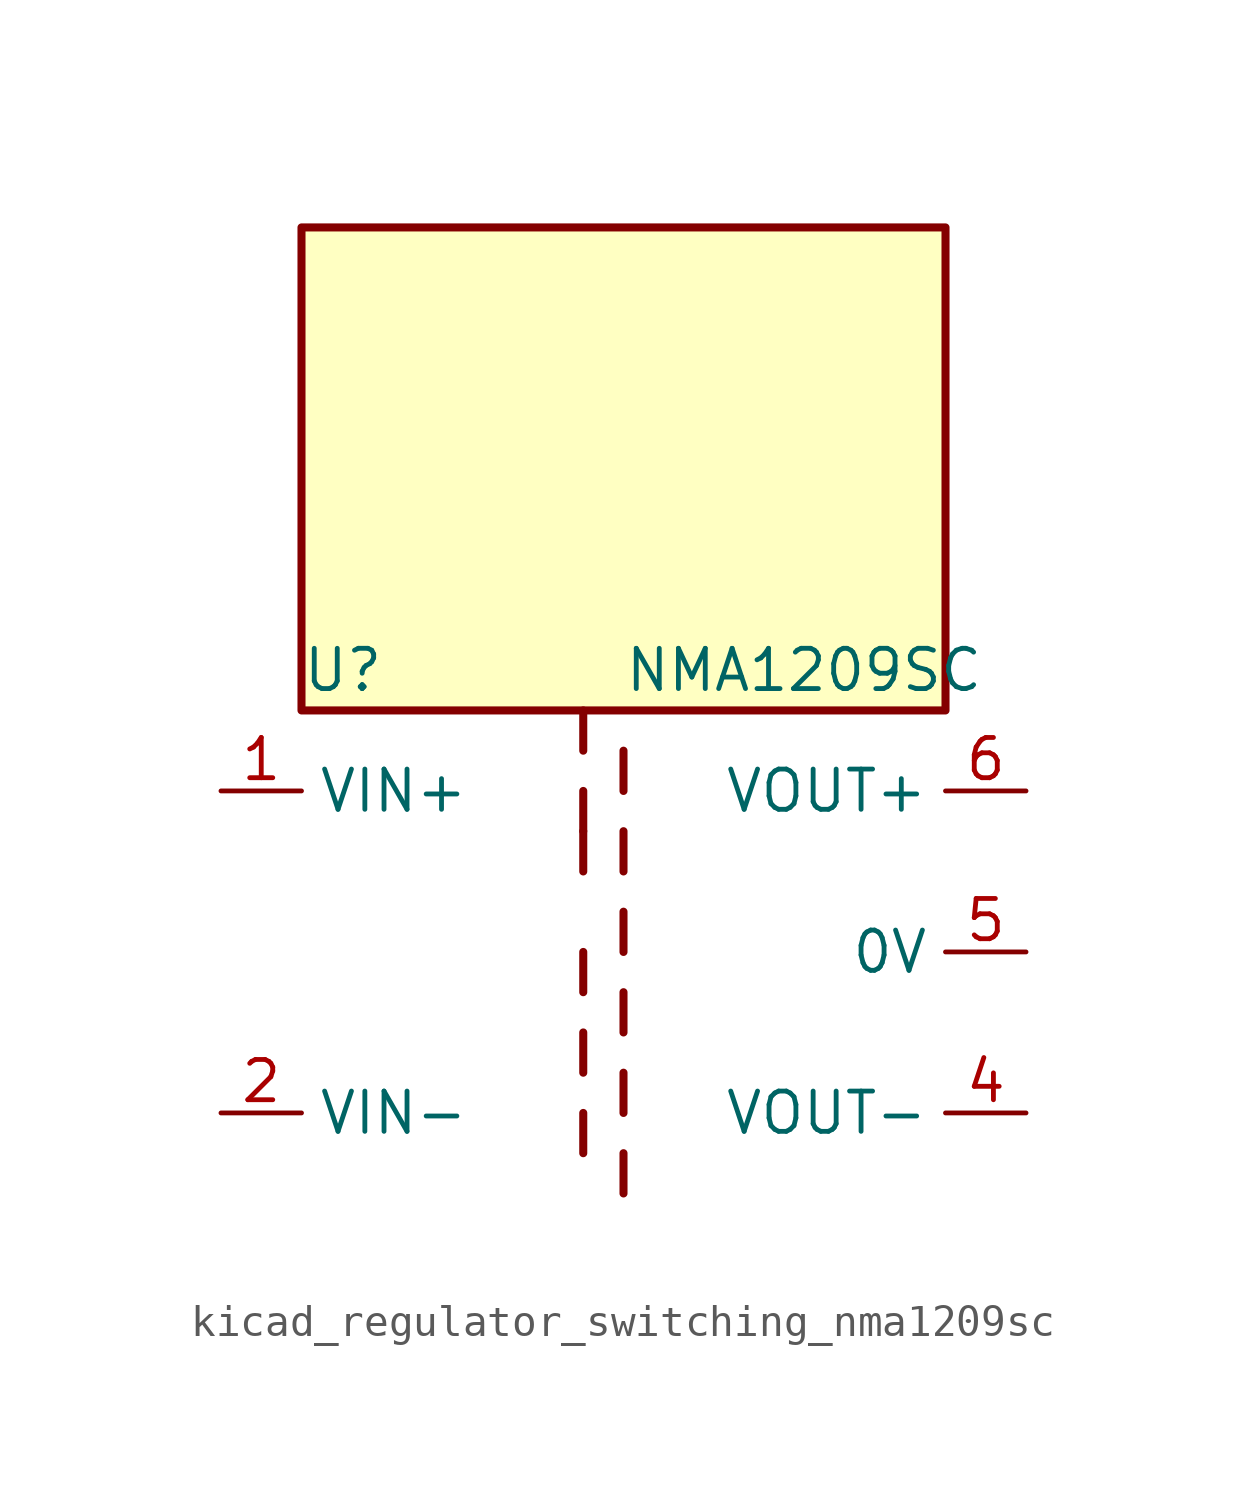
<source format=kicad_sym>
(kicad_symbol_lib
  (version 20220914)
  (generator kicad_symbol_editor)
  (symbol "kicad_regulator_switching_nma1209sc"
    (property "Reference" "U"
      (at -10.16 8.89 0)
      (effects (font (size 1.27 1.27)) (justify left)))
    (property "Value" "NMA1209SC"
      (at 0 8.89 0)
      (effects (font (size 1.27 1.27)) (justify left)))
    (symbol "kicad_regulator_switching_nma1209sc_0_1"
      (polyline (pts (xy -1.27 -5.08) (xy -1.27 -6.35)) (stroke (width 0.254) (type default)) (fill (type none)))
      (polyline (pts (xy -1.27 -2.54) (xy -1.27 -3.81)) (stroke (width 0.254) (type default)) (fill (type none)))
      (polyline (pts (xy -1.27 0) (xy -1.27 -1.27)) (stroke (width 0.254) (type default)) (fill (type none)))
      (polyline (pts (xy -1.27 2.54) (xy -1.27 3.81)) (stroke (width 0.254) (type default)) (fill (type none)))
      (polyline (pts (xy -1.27 5.08) (xy -1.27 3.81)) (stroke (width 0.254) (type default)) (fill (type none)))
      (polyline (pts (xy -1.27 7.62) (xy -1.27 6.35)) (stroke (width 0.254) (type default)) (fill (type none)))
      (polyline (pts (xy 0 -7.62) (xy 0 -6.35)) (stroke (width 0.254) (type default)) (fill (type none)))
      (polyline (pts (xy 0 -5.08) (xy 0 -3.81)) (stroke (width 0.254) (type default)) (fill (type none)))
      (polyline (pts (xy 0 -1.27) (xy 0 -2.54)) (stroke (width 0.254) (type default)) (fill (type none)))
      (polyline (pts (xy 0 0) (xy 0 1.27)) (stroke (width 0.254) (type default)) (fill (type none)))
      (polyline (pts (xy 0 2.54) (xy 0 3.81)) (stroke (width 0.254) (type default)) (fill (type none)))
      (polyline (pts (xy 0 5.08) (xy 0 6.35)) (stroke (width 0.254) (type default)) (fill (type none)))
      (rectangle (start 10.16 22.86) (end -10.16 7.62) (stroke (width 0.254) (type default)) (fill (type background))))
    (symbol "kicad_regulator_switching_nma1209sc_1_1"
      (pin power_in line (at -12.7 5.08 0) (length 2.54) (name "VIN+" (effects (font (size 1.27 1.27)))) (number "1" (effects (font (size 1.27 1.27)))))
      (pin power_in line (at -12.7 -5.08 0) (length 2.54) (name "VIN-" (effects (font (size 1.27 1.27)))) (number "2" (effects (font (size 1.27 1.27)))))
      (pin power_out line (at 12.7 -5.08 180) (length 2.54) (name "VOUT-" (effects (font (size 1.27 1.27)))) (number "4" (effects (font (size 1.27 1.27)))))
      (pin power_out line (at 12.7 0 180) (length 2.54) (name "0V" (effects (font (size 1.27 1.27)))) (number "5" (effects (font (size 1.27 1.27)))))
      (pin power_out line (at 12.7 5.08 180) (length 2.54) (name "VOUT+" (effects (font (size 1.27 1.27)))) (number "6" (effects (font (size 1.27 1.27))))))))
</source>
